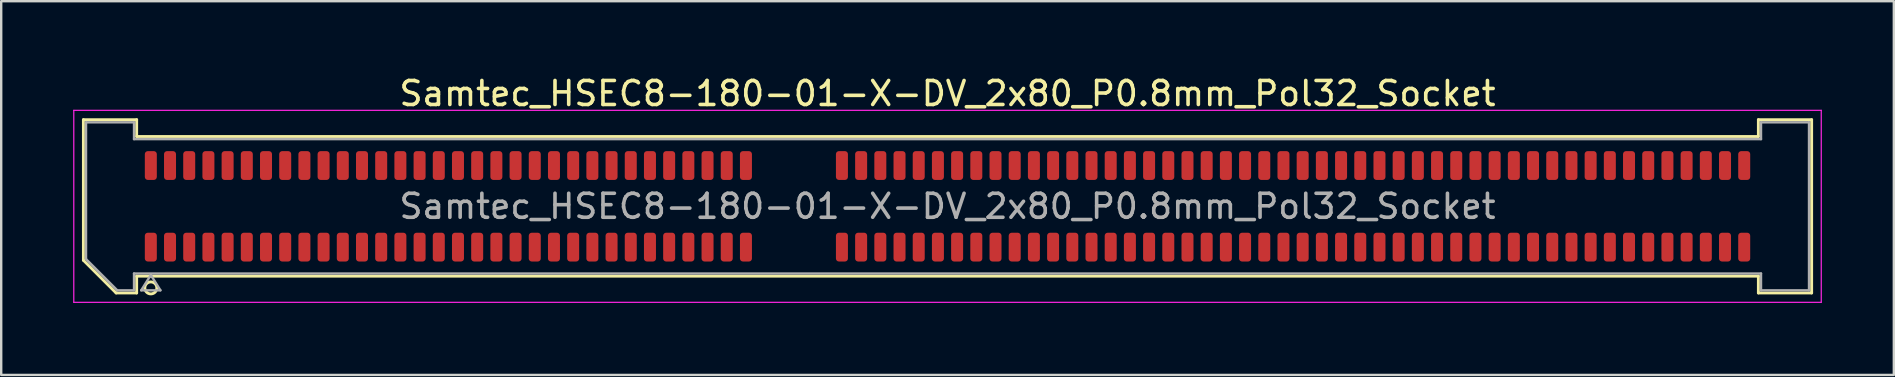
<source format=kicad_pcb>
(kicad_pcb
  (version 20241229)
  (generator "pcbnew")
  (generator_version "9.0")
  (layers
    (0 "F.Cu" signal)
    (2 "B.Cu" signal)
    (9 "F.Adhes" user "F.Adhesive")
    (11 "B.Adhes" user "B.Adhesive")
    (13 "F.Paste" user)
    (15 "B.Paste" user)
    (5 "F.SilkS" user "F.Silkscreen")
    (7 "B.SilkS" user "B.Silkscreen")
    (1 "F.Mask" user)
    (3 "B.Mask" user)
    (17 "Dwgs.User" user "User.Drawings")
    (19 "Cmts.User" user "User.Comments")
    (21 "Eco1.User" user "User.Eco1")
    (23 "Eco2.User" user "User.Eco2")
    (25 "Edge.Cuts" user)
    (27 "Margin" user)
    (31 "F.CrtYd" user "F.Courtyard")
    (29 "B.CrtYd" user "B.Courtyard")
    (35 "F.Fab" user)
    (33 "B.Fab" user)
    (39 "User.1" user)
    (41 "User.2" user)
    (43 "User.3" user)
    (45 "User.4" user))
  (footprint "Samtec_HSEC8-180-01-X-DV_2x80_P0.8mm_Pol32_Socket"
    (layer "F.Cu")
    (at 36.435 5.548)
    (property "Reference" "Samtec_HSEC8-180-01-X-DV_2x80_P0.8mm_Pol32_Socket" (at 0 -4.7 0) (layer "F.SilkS") (effects (font (size 1 1) (thickness 0.15))))
    (attr smd)
    (fp_line (start -36.01 -3.61) (end -33.79 -3.61) (stroke (width 0.12) (type solid)) (layer "F.SilkS"))
    (fp_line (start -36.01 2.246) (end -36.01 -3.61) (stroke (width 0.12) (type solid)) (layer "F.SilkS"))
    (fp_line (start -34.646 3.61) (end -36.01 2.246) (stroke (width 0.12) (type solid)) (layer "F.SilkS"))
    (fp_line (start -33.79 -3.61) (end -33.79 -2.91) (stroke (width 0.12) (type solid)) (layer "F.SilkS"))
    (fp_line (start -33.79 -2.91) (end 33.79 -2.91) (stroke (width 0.12) (type solid)) (layer "F.SilkS"))
    (fp_line (start -33.79 2.91) (end -33.79 3.61) (stroke (width 0.12) (type solid)) (layer "F.SilkS"))
    (fp_line (start -33.79 3.61) (end -34.646 3.61) (stroke (width 0.12) (type solid)) (layer "F.SilkS"))
    (fp_line (start 33.79 -3.61) (end 36.01 -3.61) (stroke (width 0.12) (type solid)) (layer "F.SilkS"))
    (fp_line (start 33.79 -2.91) (end 33.79 -3.61) (stroke (width 0.12) (type solid)) (layer "F.SilkS"))
    (fp_line (start 33.79 2.91) (end -33.79 2.91) (stroke (width 0.12) (type solid)) (layer "F.SilkS"))
    (fp_line (start 33.79 3.61) (end 33.79 2.91) (stroke (width 0.12) (type solid)) (layer "F.SilkS"))
    (fp_line (start 36.01 -3.61) (end 36.01 3.61) (stroke (width 0.12) (type solid)) (layer "F.SilkS"))
    (fp_line (start 36.01 3.61) (end 33.79 3.61) (stroke (width 0.12) (type solid)) (layer "F.SilkS"))
    (fp_arc (start -32.95 3.4) (mid -33.45 3.4) (end -32.95 3.4) (stroke (width 0.12) (type solid)) (layer "F.SilkS"))
    (fp_line (start -36.41 -4) (end -36.41 4) (stroke (width 0.05) (type solid)) (layer "F.CrtYd"))
    (fp_line (start -36.41 4) (end 36.41 4) (stroke (width 0.05) (type solid)) (layer "F.CrtYd"))
    (fp_line (start 36.41 -4) (end -36.41 -4) (stroke (width 0.05) (type solid)) (layer "F.CrtYd"))
    (fp_line (start 36.41 4) (end 36.41 -4) (stroke (width 0.05) (type solid)) (layer "F.CrtYd"))
    (fp_line (start -35.9 -3.5) (end -33.9 -3.5) (stroke (width 0.1) (type solid)) (layer "F.Fab"))
    (fp_line (start -35.9 2.2) (end -35.9 -3.5) (stroke (width 0.1) (type solid)) (layer "F.Fab"))
    (fp_line (start -34.6 3.5) (end -35.9 2.2) (stroke (width 0.1) (type solid)) (layer "F.Fab"))
    (fp_line (start -33.9 -3.5) (end -33.9 -2.8) (stroke (width 0.1) (type solid)) (layer "F.Fab"))
    (fp_line (start -33.9 -2.8) (end 33.9 -2.8) (stroke (width 0.1) (type solid)) (layer "F.Fab"))
    (fp_line (start -33.9 2.8) (end -33.9 3.5) (stroke (width 0.1) (type solid)) (layer "F.Fab"))
    (fp_line (start -33.9 3.5) (end -34.6 3.5) (stroke (width 0.1) (type solid)) (layer "F.Fab"))
    (fp_line (start -33.6 3.5) (end -33.2 2.86) (stroke (width 0.1) (type solid)) (layer "F.Fab"))
    (fp_line (start -33.2 2.86) (end -32.8 3.5) (stroke (width 0.1) (type solid)) (layer "F.Fab"))
    (fp_line (start -32.8 3.5) (end -33.6 3.5) (stroke (width 0.1) (type solid)) (layer "F.Fab"))
    (fp_line (start 33.9 -3.5) (end 35.9 -3.5) (stroke (width 0.1) (type solid)) (layer "F.Fab"))
    (fp_line (start 33.9 -2.8) (end 33.9 -3.5) (stroke (width 0.1) (type solid)) (layer "F.Fab"))
    (fp_line (start 33.9 2.8) (end -33.9 2.8) (stroke (width 0.1) (type solid)) (layer "F.Fab"))
    (fp_line (start 33.9 3.5) (end 33.9 2.8) (stroke (width 0.1) (type solid)) (layer "F.Fab"))
    (fp_line (start 35.9 -3.5) (end 35.9 3.5) (stroke (width 0.1) (type solid)) (layer "F.Fab"))
    (fp_line (start 35.9 3.5) (end 33.9 3.5) (stroke (width 0.1) (type solid)) (layer "F.Fab"))
    (fp_text user "${REFERENCE}" (at 0 0 0) (layer "F.Fab") (effects (font (size 1 1) (thickness 0.15))))
    (pad "1" smd roundrect (at -33.2 1.7) (size 0.5 1.2) (layers "F.Cu" "F.Mask" "F.Paste") (roundrect_rratio 0.25))
    (pad "2" smd roundrect (at -33.2 -1.7) (size 0.5 1.2) (layers "F.Cu" "F.Mask" "F.Paste") (roundrect_rratio 0.25))
    (pad "3" smd roundrect (at -32.4 1.7) (size 0.5 1.2) (layers "F.Cu" "F.Mask" "F.Paste") (roundrect_rratio 0.25))
    (pad "4" smd roundrect (at -32.4 -1.7) (size 0.5 1.2) (layers "F.Cu" "F.Mask" "F.Paste") (roundrect_rratio 0.25))
    (pad "5" smd roundrect (at -31.6 1.7) (size 0.5 1.2) (layers "F.Cu" "F.Mask" "F.Paste") (roundrect_rratio 0.25))
    (pad "6" smd roundrect (at -31.6 -1.7) (size 0.5 1.2) (layers "F.Cu" "F.Mask" "F.Paste") (roundrect_rratio 0.25))
    (pad "7" smd roundrect (at -30.8 1.7) (size 0.5 1.2) (layers "F.Cu" "F.Mask" "F.Paste") (roundrect_rratio 0.25))
    (pad "8" smd roundrect (at -30.8 -1.7) (size 0.5 1.2) (layers "F.Cu" "F.Mask" "F.Paste") (roundrect_rratio 0.25))
    (pad "9" smd roundrect (at -30 1.7) (size 0.5 1.2) (layers "F.Cu" "F.Mask" "F.Paste") (roundrect_rratio 0.25))
    (pad "10" smd roundrect (at -30 -1.7) (size 0.5 1.2) (layers "F.Cu" "F.Mask" "F.Paste") (roundrect_rratio 0.25))
    (pad "11" smd roundrect (at -29.2 1.7) (size 0.5 1.2) (layers "F.Cu" "F.Mask" "F.Paste") (roundrect_rratio 0.25))
    (pad "12" smd roundrect (at -29.2 -1.7) (size 0.5 1.2) (layers "F.Cu" "F.Mask" "F.Paste") (roundrect_rratio 0.25))
    (pad "13" smd roundrect (at -28.4 1.7) (size 0.5 1.2) (layers "F.Cu" "F.Mask" "F.Paste") (roundrect_rratio 0.25))
    (pad "14" smd roundrect (at -28.4 -1.7) (size 0.5 1.2) (layers "F.Cu" "F.Mask" "F.Paste") (roundrect_rratio 0.25))
    (pad "15" smd roundrect (at -27.6 1.7) (size 0.5 1.2) (layers "F.Cu" "F.Mask" "F.Paste") (roundrect_rratio 0.25))
    (pad "16" smd roundrect (at -27.6 -1.7) (size 0.5 1.2) (layers "F.Cu" "F.Mask" "F.Paste") (roundrect_rratio 0.25))
    (pad "17" smd roundrect (at -26.8 1.7) (size 0.5 1.2) (layers "F.Cu" "F.Mask" "F.Paste") (roundrect_rratio 0.25))
    (pad "18" smd roundrect (at -26.8 -1.7) (size 0.5 1.2) (layers "F.Cu" "F.Mask" "F.Paste") (roundrect_rratio 0.25))
    (pad "19" smd roundrect (at -26 1.7) (size 0.5 1.2) (layers "F.Cu" "F.Mask" "F.Paste") (roundrect_rratio 0.25))
    (pad "20" smd roundrect (at -26 -1.7) (size 0.5 1.2) (layers "F.Cu" "F.Mask" "F.Paste") (roundrect_rratio 0.25))
    (pad "21" smd roundrect (at -25.2 1.7) (size 0.5 1.2) (layers "F.Cu" "F.Mask" "F.Paste") (roundrect_rratio 0.25))
    (pad "22" smd roundrect (at -25.2 -1.7) (size 0.5 1.2) (layers "F.Cu" "F.Mask" "F.Paste") (roundrect_rratio 0.25))
    (pad "23" smd roundrect (at -24.4 1.7) (size 0.5 1.2) (layers "F.Cu" "F.Mask" "F.Paste") (roundrect_rratio 0.25))
    (pad "24" smd roundrect (at -24.4 -1.7) (size 0.5 1.2) (layers "F.Cu" "F.Mask" "F.Paste") (roundrect_rratio 0.25))
    (pad "25" smd roundrect (at -23.6 1.7) (size 0.5 1.2) (layers "F.Cu" "F.Mask" "F.Paste") (roundrect_rratio 0.25))
    (pad "26" smd roundrect (at -23.6 -1.7) (size 0.5 1.2) (layers "F.Cu" "F.Mask" "F.Paste") (roundrect_rratio 0.25))
    (pad "27" smd roundrect (at -22.8 1.7) (size 0.5 1.2) (layers "F.Cu" "F.Mask" "F.Paste") (roundrect_rratio 0.25))
    (pad "28" smd roundrect (at -22.8 -1.7) (size 0.5 1.2) (layers "F.Cu" "F.Mask" "F.Paste") (roundrect_rratio 0.25))
    (pad "29" smd roundrect (at -22 1.7) (size 0.5 1.2) (layers "F.Cu" "F.Mask" "F.Paste") (roundrect_rratio 0.25))
    (pad "30" smd roundrect (at -22 -1.7) (size 0.5 1.2) (layers "F.Cu" "F.Mask" "F.Paste") (roundrect_rratio 0.25))
    (pad "31" smd roundrect (at -21.2 1.7) (size 0.5 1.2) (layers "F.Cu" "F.Mask" "F.Paste") (roundrect_rratio 0.25))
    (pad "32" smd roundrect (at -21.2 -1.7) (size 0.5 1.2) (layers "F.Cu" "F.Mask" "F.Paste") (roundrect_rratio 0.25))
    (pad "33" smd roundrect (at -20.4 1.7) (size 0.5 1.2) (layers "F.Cu" "F.Mask" "F.Paste") (roundrect_rratio 0.25))
    (pad "34" smd roundrect (at -20.4 -1.7) (size 0.5 1.2) (layers "F.Cu" "F.Mask" "F.Paste") (roundrect_rratio 0.25))
    (pad "35" smd roundrect (at -19.6 1.7) (size 0.5 1.2) (layers "F.Cu" "F.Mask" "F.Paste") (roundrect_rratio 0.25))
    (pad "36" smd roundrect (at -19.6 -1.7) (size 0.5 1.2) (layers "F.Cu" "F.Mask" "F.Paste") (roundrect_rratio 0.25))
    (pad "37" smd roundrect (at -18.8 1.7) (size 0.5 1.2) (layers "F.Cu" "F.Mask" "F.Paste") (roundrect_rratio 0.25))
    (pad "38" smd roundrect (at -18.8 -1.7) (size 0.5 1.2) (layers "F.Cu" "F.Mask" "F.Paste") (roundrect_rratio 0.25))
    (pad "39" smd roundrect (at -18 1.7) (size 0.5 1.2) (layers "F.Cu" "F.Mask" "F.Paste") (roundrect_rratio 0.25))
    (pad "40" smd roundrect (at -18 -1.7) (size 0.5 1.2) (layers "F.Cu" "F.Mask" "F.Paste") (roundrect_rratio 0.25))
    (pad "41" smd roundrect (at -17.2 1.7) (size 0.5 1.2) (layers "F.Cu" "F.Mask" "F.Paste") (roundrect_rratio 0.25))
    (pad "42" smd roundrect (at -17.2 -1.7) (size 0.5 1.2) (layers "F.Cu" "F.Mask" "F.Paste") (roundrect_rratio 0.25))
    (pad "43" smd roundrect (at -16.4 1.7) (size 0.5 1.2) (layers "F.Cu" "F.Mask" "F.Paste") (roundrect_rratio 0.25))
    (pad "44" smd roundrect (at -16.4 -1.7) (size 0.5 1.2) (layers "F.Cu" "F.Mask" "F.Paste") (roundrect_rratio 0.25))
    (pad "45" smd roundrect (at -15.6 1.7) (size 0.5 1.2) (layers "F.Cu" "F.Mask" "F.Paste") (roundrect_rratio 0.25))
    (pad "46" smd roundrect (at -15.6 -1.7) (size 0.5 1.2) (layers "F.Cu" "F.Mask" "F.Paste") (roundrect_rratio 0.25))
    (pad "47" smd roundrect (at -14.8 1.7) (size 0.5 1.2) (layers "F.Cu" "F.Mask" "F.Paste") (roundrect_rratio 0.25))
    (pad "48" smd roundrect (at -14.8 -1.7) (size 0.5 1.2) (layers "F.Cu" "F.Mask" "F.Paste") (roundrect_rratio 0.25))
    (pad "49" smd roundrect (at -14 1.7) (size 0.5 1.2) (layers "F.Cu" "F.Mask" "F.Paste") (roundrect_rratio 0.25))
    (pad "50" smd roundrect (at -14 -1.7) (size 0.5 1.2) (layers "F.Cu" "F.Mask" "F.Paste") (roundrect_rratio 0.25))
    (pad "51" smd roundrect (at -13.2 1.7) (size 0.5 1.2) (layers "F.Cu" "F.Mask" "F.Paste") (roundrect_rratio 0.25))
    (pad "52" smd roundrect (at -13.2 -1.7) (size 0.5 1.2) (layers "F.Cu" "F.Mask" "F.Paste") (roundrect_rratio 0.25))
    (pad "53" smd roundrect (at -12.4 1.7) (size 0.5 1.2) (layers "F.Cu" "F.Mask" "F.Paste") (roundrect_rratio 0.25))
    (pad "54" smd roundrect (at -12.4 -1.7) (size 0.5 1.2) (layers "F.Cu" "F.Mask" "F.Paste") (roundrect_rratio 0.25))
    (pad "55" smd roundrect (at -11.6 1.7) (size 0.5 1.2) (layers "F.Cu" "F.Mask" "F.Paste") (roundrect_rratio 0.25))
    (pad "56" smd roundrect (at -11.6 -1.7) (size 0.5 1.2) (layers "F.Cu" "F.Mask" "F.Paste") (roundrect_rratio 0.25))
    (pad "57" smd roundrect (at -10.8 1.7) (size 0.5 1.2) (layers "F.Cu" "F.Mask" "F.Paste") (roundrect_rratio 0.25))
    (pad "58" smd roundrect (at -10.8 -1.7) (size 0.5 1.2) (layers "F.Cu" "F.Mask" "F.Paste") (roundrect_rratio 0.25))
    (pad "59" smd roundrect (at -10 1.7) (size 0.5 1.2) (layers "F.Cu" "F.Mask" "F.Paste") (roundrect_rratio 0.25))
    (pad "60" smd roundrect (at -10 -1.7) (size 0.5 1.2) (layers "F.Cu" "F.Mask" "F.Paste") (roundrect_rratio 0.25))
    (pad "61" smd roundrect (at -9.2 1.7) (size 0.5 1.2) (layers "F.Cu" "F.Mask" "F.Paste") (roundrect_rratio 0.25))
    (pad "62" smd roundrect (at -9.2 -1.7) (size 0.5 1.2) (layers "F.Cu" "F.Mask" "F.Paste") (roundrect_rratio 0.25))
    (pad "63" smd roundrect (at -8.4 1.7) (size 0.5 1.2) (layers "F.Cu" "F.Mask" "F.Paste") (roundrect_rratio 0.25))
    (pad "64" smd roundrect (at -8.4 -1.7) (size 0.5 1.2) (layers "F.Cu" "F.Mask" "F.Paste") (roundrect_rratio 0.25))
    (pad "65" smd roundrect (at -4.4 1.7) (size 0.5 1.2) (layers "F.Cu" "F.Mask" "F.Paste") (roundrect_rratio 0.25))
    (pad "66" smd roundrect (at -4.4 -1.7) (size 0.5 1.2) (layers "F.Cu" "F.Mask" "F.Paste") (roundrect_rratio 0.25))
    (pad "67" smd roundrect (at -3.6 1.7) (size 0.5 1.2) (layers "F.Cu" "F.Mask" "F.Paste") (roundrect_rratio 0.25))
    (pad "68" smd roundrect (at -3.6 -1.7) (size 0.5 1.2) (layers "F.Cu" "F.Mask" "F.Paste") (roundrect_rratio 0.25))
    (pad "69" smd roundrect (at -2.8 1.7) (size 0.5 1.2) (layers "F.Cu" "F.Mask" "F.Paste") (roundrect_rratio 0.25))
    (pad "70" smd roundrect (at -2.8 -1.7) (size 0.5 1.2) (layers "F.Cu" "F.Mask" "F.Paste") (roundrect_rratio 0.25))
    (pad "71" smd roundrect (at -2 1.7) (size 0.5 1.2) (layers "F.Cu" "F.Mask" "F.Paste") (roundrect_rratio 0.25))
    (pad "72" smd roundrect (at -2 -1.7) (size 0.5 1.2) (layers "F.Cu" "F.Mask" "F.Paste") (roundrect_rratio 0.25))
    (pad "73" smd roundrect (at -1.2 1.7) (size 0.5 1.2) (layers "F.Cu" "F.Mask" "F.Paste") (roundrect_rratio 0.25))
    (pad "74" smd roundrect (at -1.2 -1.7) (size 0.5 1.2) (layers "F.Cu" "F.Mask" "F.Paste") (roundrect_rratio 0.25))
    (pad "75" smd roundrect (at -0.4 1.7) (size 0.5 1.2) (layers "F.Cu" "F.Mask" "F.Paste") (roundrect_rratio 0.25))
    (pad "76" smd roundrect (at -0.4 -1.7) (size 0.5 1.2) (layers "F.Cu" "F.Mask" "F.Paste") (roundrect_rratio 0.25))
    (pad "77" smd roundrect (at 0.4 1.7) (size 0.5 1.2) (layers "F.Cu" "F.Mask" "F.Paste") (roundrect_rratio 0.25))
    (pad "78" smd roundrect (at 0.4 -1.7) (size 0.5 1.2) (layers "F.Cu" "F.Mask" "F.Paste") (roundrect_rratio 0.25))
    (pad "79" smd roundrect (at 1.2 1.7) (size 0.5 1.2) (layers "F.Cu" "F.Mask" "F.Paste") (roundrect_rratio 0.25))
    (pad "80" smd roundrect (at 1.2 -1.7) (size 0.5 1.2) (layers "F.Cu" "F.Mask" "F.Paste") (roundrect_rratio 0.25))
    (pad "81" smd roundrect (at 2 1.7) (size 0.5 1.2) (layers "F.Cu" "F.Mask" "F.Paste") (roundrect_rratio 0.25))
    (pad "82" smd roundrect (at 2 -1.7) (size 0.5 1.2) (layers "F.Cu" "F.Mask" "F.Paste") (roundrect_rratio 0.25))
    (pad "83" smd roundrect (at 2.8 1.7) (size 0.5 1.2) (layers "F.Cu" "F.Mask" "F.Paste") (roundrect_rratio 0.25))
    (pad "84" smd roundrect (at 2.8 -1.7) (size 0.5 1.2) (layers "F.Cu" "F.Mask" "F.Paste") (roundrect_rratio 0.25))
    (pad "85" smd roundrect (at 3.6 1.7) (size 0.5 1.2) (layers "F.Cu" "F.Mask" "F.Paste") (roundrect_rratio 0.25))
    (pad "86" smd roundrect (at 3.6 -1.7) (size 0.5 1.2) (layers "F.Cu" "F.Mask" "F.Paste") (roundrect_rratio 0.25))
    (pad "87" smd roundrect (at 4.4 1.7) (size 0.5 1.2) (layers "F.Cu" "F.Mask" "F.Paste") (roundrect_rratio 0.25))
    (pad "88" smd roundrect (at 4.4 -1.7) (size 0.5 1.2) (layers "F.Cu" "F.Mask" "F.Paste") (roundrect_rratio 0.25))
    (pad "89" smd roundrect (at 5.2 1.7) (size 0.5 1.2) (layers "F.Cu" "F.Mask" "F.Paste") (roundrect_rratio 0.25))
    (pad "90" smd roundrect (at 5.2 -1.7) (size 0.5 1.2) (layers "F.Cu" "F.Mask" "F.Paste") (roundrect_rratio 0.25))
    (pad "91" smd roundrect (at 6 1.7) (size 0.5 1.2) (layers "F.Cu" "F.Mask" "F.Paste") (roundrect_rratio 0.25))
    (pad "92" smd roundrect (at 6 -1.7) (size 0.5 1.2) (layers "F.Cu" "F.Mask" "F.Paste") (roundrect_rratio 0.25))
    (pad "93" smd roundrect (at 6.8 1.7) (size 0.5 1.2) (layers "F.Cu" "F.Mask" "F.Paste") (roundrect_rratio 0.25))
    (pad "94" smd roundrect (at 6.8 -1.7) (size 0.5 1.2) (layers "F.Cu" "F.Mask" "F.Paste") (roundrect_rratio 0.25))
    (pad "95" smd roundrect (at 7.6 1.7) (size 0.5 1.2) (layers "F.Cu" "F.Mask" "F.Paste") (roundrect_rratio 0.25))
    (pad "96" smd roundrect (at 7.6 -1.7) (size 0.5 1.2) (layers "F.Cu" "F.Mask" "F.Paste") (roundrect_rratio 0.25))
    (pad "97" smd roundrect (at 8.4 1.7) (size 0.5 1.2) (layers "F.Cu" "F.Mask" "F.Paste") (roundrect_rratio 0.25))
    (pad "98" smd roundrect (at 8.4 -1.7) (size 0.5 1.2) (layers "F.Cu" "F.Mask" "F.Paste") (roundrect_rratio 0.25))
    (pad "99" smd roundrect (at 9.2 1.7) (size 0.5 1.2) (layers "F.Cu" "F.Mask" "F.Paste") (roundrect_rratio 0.25))
    (pad "100" smd roundrect (at 9.2 -1.7) (size 0.5 1.2) (layers "F.Cu" "F.Mask" "F.Paste") (roundrect_rratio 0.25))
    (pad "101" smd roundrect (at 10 1.7) (size 0.5 1.2) (layers "F.Cu" "F.Mask" "F.Paste") (roundrect_rratio 0.25))
    (pad "102" smd roundrect (at 10 -1.7) (size 0.5 1.2) (layers "F.Cu" "F.Mask" "F.Paste") (roundrect_rratio 0.25))
    (pad "103" smd roundrect (at 10.8 1.7) (size 0.5 1.2) (layers "F.Cu" "F.Mask" "F.Paste") (roundrect_rratio 0.25))
    (pad "104" smd roundrect (at 10.8 -1.7) (size 0.5 1.2) (layers "F.Cu" "F.Mask" "F.Paste") (roundrect_rratio 0.25))
    (pad "105" smd roundrect (at 11.6 1.7) (size 0.5 1.2) (layers "F.Cu" "F.Mask" "F.Paste") (roundrect_rratio 0.25))
    (pad "106" smd roundrect (at 11.6 -1.7) (size 0.5 1.2) (layers "F.Cu" "F.Mask" "F.Paste") (roundrect_rratio 0.25))
    (pad "107" smd roundrect (at 12.4 1.7) (size 0.5 1.2) (layers "F.Cu" "F.Mask" "F.Paste") (roundrect_rratio 0.25))
    (pad "108" smd roundrect (at 12.4 -1.7) (size 0.5 1.2) (layers "F.Cu" "F.Mask" "F.Paste") (roundrect_rratio 0.25))
    (pad "109" smd roundrect (at 13.2 1.7) (size 0.5 1.2) (layers "F.Cu" "F.Mask" "F.Paste") (roundrect_rratio 0.25))
    (pad "110" smd roundrect (at 13.2 -1.7) (size 0.5 1.2) (layers "F.Cu" "F.Mask" "F.Paste") (roundrect_rratio 0.25))
    (pad "111" smd roundrect (at 14 1.7) (size 0.5 1.2) (layers "F.Cu" "F.Mask" "F.Paste") (roundrect_rratio 0.25))
    (pad "112" smd roundrect (at 14 -1.7) (size 0.5 1.2) (layers "F.Cu" "F.Mask" "F.Paste") (roundrect_rratio 0.25))
    (pad "113" smd roundrect (at 14.8 1.7) (size 0.5 1.2) (layers "F.Cu" "F.Mask" "F.Paste") (roundrect_rratio 0.25))
    (pad "114" smd roundrect (at 14.8 -1.7) (size 0.5 1.2) (layers "F.Cu" "F.Mask" "F.Paste") (roundrect_rratio 0.25))
    (pad "115" smd roundrect (at 15.6 1.7) (size 0.5 1.2) (layers "F.Cu" "F.Mask" "F.Paste") (roundrect_rratio 0.25))
    (pad "116" smd roundrect (at 15.6 -1.7) (size 0.5 1.2) (layers "F.Cu" "F.Mask" "F.Paste") (roundrect_rratio 0.25))
    (pad "117" smd roundrect (at 16.4 1.7) (size 0.5 1.2) (layers "F.Cu" "F.Mask" "F.Paste") (roundrect_rratio 0.25))
    (pad "118" smd roundrect (at 16.4 -1.7) (size 0.5 1.2) (layers "F.Cu" "F.Mask" "F.Paste") (roundrect_rratio 0.25))
    (pad "119" smd roundrect (at 17.2 1.7) (size 0.5 1.2) (layers "F.Cu" "F.Mask" "F.Paste") (roundrect_rratio 0.25))
    (pad "120" smd roundrect (at 17.2 -1.7) (size 0.5 1.2) (layers "F.Cu" "F.Mask" "F.Paste") (roundrect_rratio 0.25))
    (pad "121" smd roundrect (at 18 1.7) (size 0.5 1.2) (layers "F.Cu" "F.Mask" "F.Paste") (roundrect_rratio 0.25))
    (pad "122" smd roundrect (at 18 -1.7) (size 0.5 1.2) (layers "F.Cu" "F.Mask" "F.Paste") (roundrect_rratio 0.25))
    (pad "123" smd roundrect (at 18.8 1.7) (size 0.5 1.2) (layers "F.Cu" "F.Mask" "F.Paste") (roundrect_rratio 0.25))
    (pad "124" smd roundrect (at 18.8 -1.7) (size 0.5 1.2) (layers "F.Cu" "F.Mask" "F.Paste") (roundrect_rratio 0.25))
    (pad "125" smd roundrect (at 19.6 1.7) (size 0.5 1.2) (layers "F.Cu" "F.Mask" "F.Paste") (roundrect_rratio 0.25))
    (pad "126" smd roundrect (at 19.6 -1.7) (size 0.5 1.2) (layers "F.Cu" "F.Mask" "F.Paste") (roundrect_rratio 0.25))
    (pad "127" smd roundrect (at 20.4 1.7) (size 0.5 1.2) (layers "F.Cu" "F.Mask" "F.Paste") (roundrect_rratio 0.25))
    (pad "128" smd roundrect (at 20.4 -1.7) (size 0.5 1.2) (layers "F.Cu" "F.Mask" "F.Paste") (roundrect_rratio 0.25))
    (pad "129" smd roundrect (at 21.2 1.7) (size 0.5 1.2) (layers "F.Cu" "F.Mask" "F.Paste") (roundrect_rratio 0.25))
    (pad "130" smd roundrect (at 21.2 -1.7) (size 0.5 1.2) (layers "F.Cu" "F.Mask" "F.Paste") (roundrect_rratio 0.25))
    (pad "131" smd roundrect (at 22 1.7) (size 0.5 1.2) (layers "F.Cu" "F.Mask" "F.Paste") (roundrect_rratio 0.25))
    (pad "132" smd roundrect (at 22 -1.7) (size 0.5 1.2) (layers "F.Cu" "F.Mask" "F.Paste") (roundrect_rratio 0.25))
    (pad "133" smd roundrect (at 22.8 1.7) (size 0.5 1.2) (layers "F.Cu" "F.Mask" "F.Paste") (roundrect_rratio 0.25))
    (pad "134" smd roundrect (at 22.8 -1.7) (size 0.5 1.2) (layers "F.Cu" "F.Mask" "F.Paste") (roundrect_rratio 0.25))
    (pad "135" smd roundrect (at 23.6 1.7) (size 0.5 1.2) (layers "F.Cu" "F.Mask" "F.Paste") (roundrect_rratio 0.25))
    (pad "136" smd roundrect (at 23.6 -1.7) (size 0.5 1.2) (layers "F.Cu" "F.Mask" "F.Paste") (roundrect_rratio 0.25))
    (pad "137" smd roundrect (at 24.4 1.7) (size 0.5 1.2) (layers "F.Cu" "F.Mask" "F.Paste") (roundrect_rratio 0.25))
    (pad "138" smd roundrect (at 24.4 -1.7) (size 0.5 1.2) (layers "F.Cu" "F.Mask" "F.Paste") (roundrect_rratio 0.25))
    (pad "139" smd roundrect (at 25.2 1.7) (size 0.5 1.2) (layers "F.Cu" "F.Mask" "F.Paste") (roundrect_rratio 0.25))
    (pad "140" smd roundrect (at 25.2 -1.7) (size 0.5 1.2) (layers "F.Cu" "F.Mask" "F.Paste") (roundrect_rratio 0.25))
    (pad "141" smd roundrect (at 26 1.7) (size 0.5 1.2) (layers "F.Cu" "F.Mask" "F.Paste") (roundrect_rratio 0.25))
    (pad "142" smd roundrect (at 26 -1.7) (size 0.5 1.2) (layers "F.Cu" "F.Mask" "F.Paste") (roundrect_rratio 0.25))
    (pad "143" smd roundrect (at 26.8 1.7) (size 0.5 1.2) (layers "F.Cu" "F.Mask" "F.Paste") (roundrect_rratio 0.25))
    (pad "144" smd roundrect (at 26.8 -1.7) (size 0.5 1.2) (layers "F.Cu" "F.Mask" "F.Paste") (roundrect_rratio 0.25))
    (pad "145" smd roundrect (at 27.6 1.7) (size 0.5 1.2) (layers "F.Cu" "F.Mask" "F.Paste") (roundrect_rratio 0.25))
    (pad "146" smd roundrect (at 27.6 -1.7) (size 0.5 1.2) (layers "F.Cu" "F.Mask" "F.Paste") (roundrect_rratio 0.25))
    (pad "147" smd roundrect (at 28.4 1.7) (size 0.5 1.2) (layers "F.Cu" "F.Mask" "F.Paste") (roundrect_rratio 0.25))
    (pad "148" smd roundrect (at 28.4 -1.7) (size 0.5 1.2) (layers "F.Cu" "F.Mask" "F.Paste") (roundrect_rratio 0.25))
    (pad "149" smd roundrect (at 29.2 1.7) (size 0.5 1.2) (layers "F.Cu" "F.Mask" "F.Paste") (roundrect_rratio 0.25))
    (pad "150" smd roundrect (at 29.2 -1.7) (size 0.5 1.2) (layers "F.Cu" "F.Mask" "F.Paste") (roundrect_rratio 0.25))
    (pad "151" smd roundrect (at 30 1.7) (size 0.5 1.2) (layers "F.Cu" "F.Mask" "F.Paste") (roundrect_rratio 0.25))
    (pad "152" smd roundrect (at 30 -1.7) (size 0.5 1.2) (layers "F.Cu" "F.Mask" "F.Paste") (roundrect_rratio 0.25))
    (pad "153" smd roundrect (at 30.8 1.7) (size 0.5 1.2) (layers "F.Cu" "F.Mask" "F.Paste") (roundrect_rratio 0.25))
    (pad "154" smd roundrect (at 30.8 -1.7) (size 0.5 1.2) (layers "F.Cu" "F.Mask" "F.Paste") (roundrect_rratio 0.25))
    (pad "155" smd roundrect (at 31.6 1.7) (size 0.5 1.2) (layers "F.Cu" "F.Mask" "F.Paste") (roundrect_rratio 0.25))
    (pad "156" smd roundrect (at 31.6 -1.7) (size 0.5 1.2) (layers "F.Cu" "F.Mask" "F.Paste") (roundrect_rratio 0.25))
    (pad "157" smd roundrect (at 32.4 1.7) (size 0.5 1.2) (layers "F.Cu" "F.Mask" "F.Paste") (roundrect_rratio 0.25))
    (pad "158" smd roundrect (at 32.4 -1.7) (size 0.5 1.2) (layers "F.Cu" "F.Mask" "F.Paste") (roundrect_rratio 0.25))
    (pad "159" smd roundrect (at 33.2 1.7) (size 0.5 1.2) (layers "F.Cu" "F.Mask" "F.Paste") (roundrect_rratio 0.25))
    (pad "160" smd roundrect (at 33.2 -1.7) (size 0.5 1.2) (layers "F.Cu" "F.Mask" "F.Paste") (roundrect_rratio 0.25)))
  (gr_rect
    (start -3 -3)
    (end 75.87 12.573)
    (stroke (width 0.1) (type default))
    (fill no)
    (layer "Edge.Cuts")))
</source>
